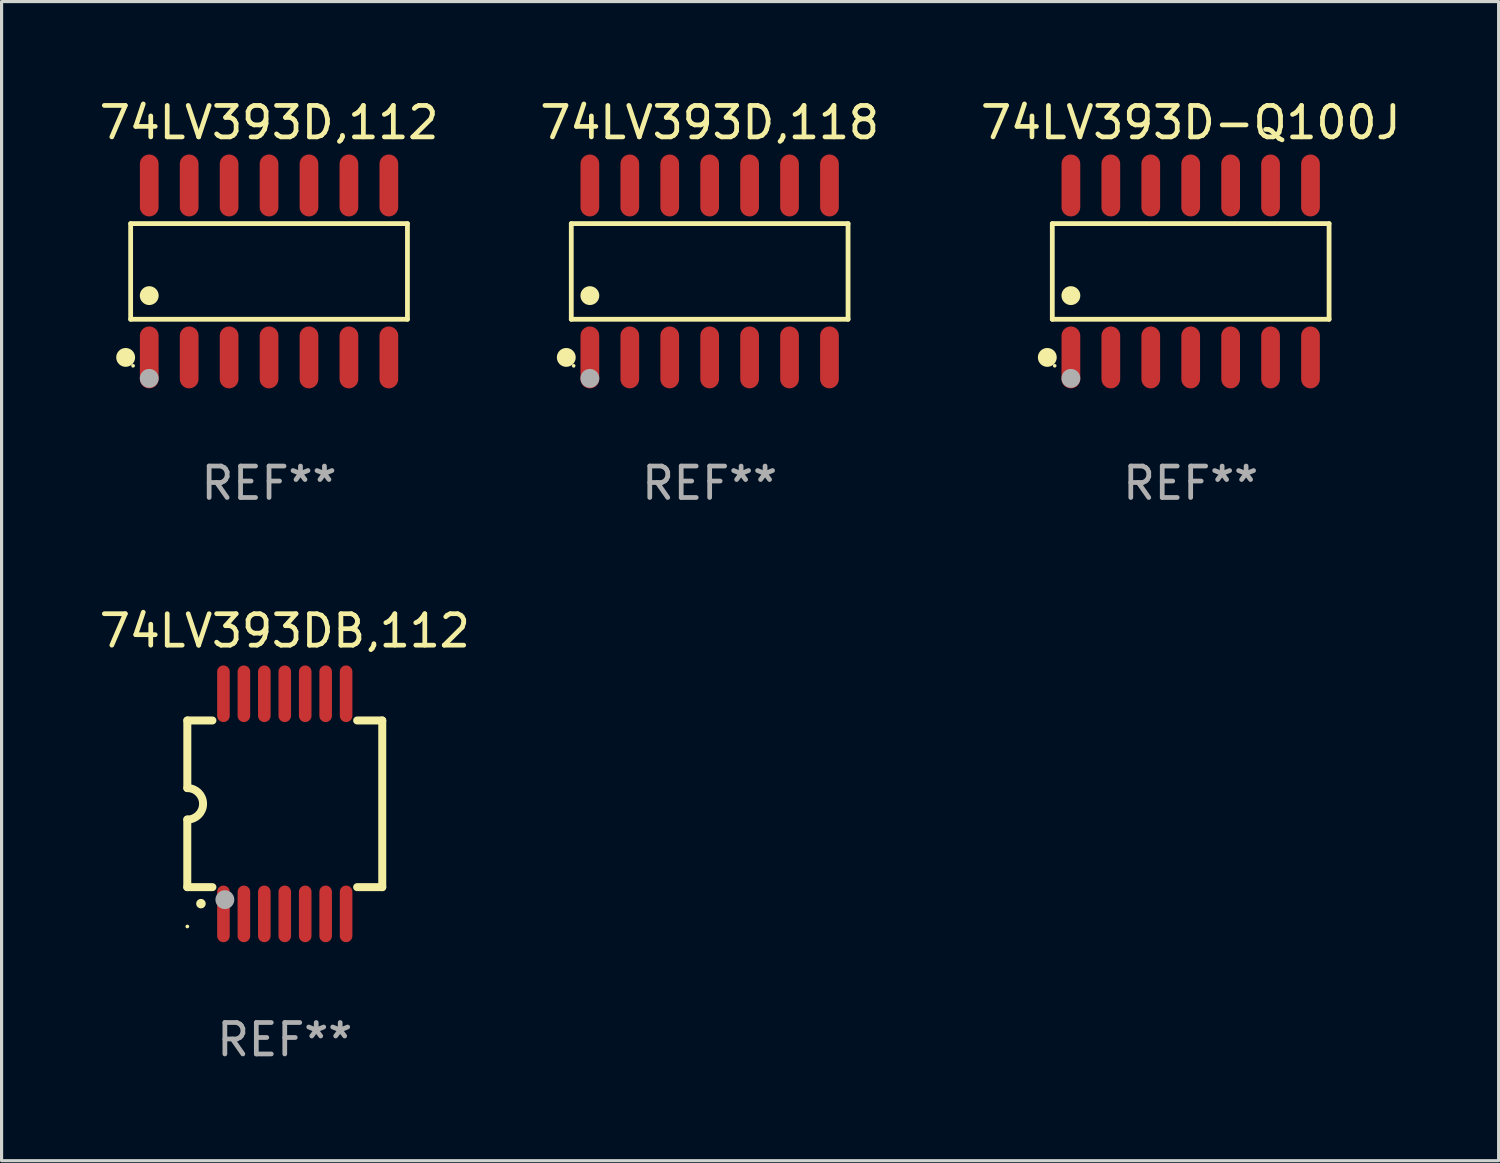
<source format=kicad_pcb>
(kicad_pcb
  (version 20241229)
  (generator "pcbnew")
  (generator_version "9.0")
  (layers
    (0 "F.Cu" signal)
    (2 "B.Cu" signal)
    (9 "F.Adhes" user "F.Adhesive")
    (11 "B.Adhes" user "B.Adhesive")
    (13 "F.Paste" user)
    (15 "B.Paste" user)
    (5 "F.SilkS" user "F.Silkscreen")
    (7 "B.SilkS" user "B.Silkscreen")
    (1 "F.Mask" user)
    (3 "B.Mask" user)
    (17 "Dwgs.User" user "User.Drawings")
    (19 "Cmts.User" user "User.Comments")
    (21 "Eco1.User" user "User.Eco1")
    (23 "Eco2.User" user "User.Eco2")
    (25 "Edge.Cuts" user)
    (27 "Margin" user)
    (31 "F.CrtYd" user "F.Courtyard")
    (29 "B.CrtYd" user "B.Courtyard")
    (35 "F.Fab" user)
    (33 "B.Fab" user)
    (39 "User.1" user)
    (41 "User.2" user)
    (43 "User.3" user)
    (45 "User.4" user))
  (footprint "74LV393DB,112"
    (layer "F.Cu")
    (at 6.006 22.512)
    (property "Reference" "74LV393DB,112" (at 0 -5.5 0) (layer "F.SilkS") (effects (font (size 1 1) (thickness 0.15))))
    (attr through_hole)
    (fp_line (start -3.1 2.65) (end -3.1 0.5) (stroke (width 0.254) (type solid)) (layer "F.SilkS"))
    (fp_line (start -3.099 -2.65) (end -2.301 -2.65) (stroke (width 0.254) (type solid)) (layer "F.SilkS"))
    (fp_line (start -3.099 -0.5) (end -3.099 -2.65) (stroke (width 0.254) (type solid)) (layer "F.SilkS"))
    (fp_line (start -2.301 2.65) (end -3.1 2.65) (stroke (width 0.254) (type solid)) (layer "F.SilkS"))
    (fp_line (start 2.301 -2.65) (end 3.1 -2.65) (stroke (width 0.254) (type solid)) (layer "F.SilkS"))
    (fp_line (start 3.1 -2.65) (end 3.1 2.65) (stroke (width 0.254) (type solid)) (layer "F.SilkS"))
    (fp_line (start 3.1 2.65) (end 2.301 2.65) (stroke (width 0.254) (type solid)) (layer "F.SilkS"))
    (fp_arc (start -3.098806 -0.500381) (mid -2.598806 0) (end -3.098806 0.500381) (stroke (width 0.254001) (type solid)) (layer "F.SilkS"))
    (fp_arc (start -2.667005 3.175006) (mid -2.665735 3.175001) (end -2.664465 3.175006) (stroke (width 0.3) (type solid)) (layer "F.SilkS"))
    (fp_circle (center -3.1 3.9) (end -3.07 3.9) (stroke (width 0.06) (type solid)) (fill no) (layer "F.SilkS"))
    (fp_circle (center -1.905 3.048) (end -1.755 3.048) (stroke (width 0.3) (type solid)) (fill no) (layer "F.Fab"))
    (fp_text user "REF**" (at 0 7.5 0) (layer "F.Fab") (effects (font (size 1 1) (thickness 0.15))))
    (pad "1" smd oval (at -1.95 3.5 270) (size 1.8 0.4) (layers "F.Cu" "F.Mask" "F.Paste"))
    (pad "2" smd oval (at -1.3 3.5 270) (size 1.8 0.4) (layers "F.Cu" "F.Mask" "F.Paste"))
    (pad "3" smd oval (at -0.65 3.5 270) (size 1.8 0.4) (layers "F.Cu" "F.Mask" "F.Paste"))
    (pad "4" smd oval (at 0 3.5 270) (size 1.8 0.4) (layers "F.Cu" "F.Mask" "F.Paste"))
    (pad "5" smd oval (at 0.65 3.5 270) (size 1.8 0.4) (layers "F.Cu" "F.Mask" "F.Paste"))
    (pad "6" smd oval (at 1.3 3.5 270) (size 1.8 0.4) (layers "F.Cu" "F.Mask" "F.Paste"))
    (pad "7" smd oval (at 1.95 3.5 270) (size 1.8 0.4) (layers "F.Cu" "F.Mask" "F.Paste"))
    (pad "8" smd oval (at 1.95 -3.5 90) (size 1.8 0.4) (layers "F.Cu" "F.Mask" "F.Paste"))
    (pad "9" smd oval (at 1.3 -3.5 90) (size 1.8 0.4) (layers "F.Cu" "F.Mask" "F.Paste"))
    (pad "10" smd oval (at 0.65 -3.5 90) (size 1.8 0.4) (layers "F.Cu" "F.Mask" "F.Paste"))
    (pad "11" smd oval (at 0 -3.5 90) (size 1.8 0.4) (layers "F.Cu" "F.Mask" "F.Paste"))
    (pad "12" smd oval (at -0.65 -3.5 90) (size 1.8 0.4) (layers "F.Cu" "F.Mask" "F.Paste"))
    (pad "13" smd oval (at -1.3 -3.5 90) (size 1.8 0.4) (layers "F.Cu" "F.Mask" "F.Paste"))
    (pad "14" smd oval (at -1.95 -3.5 90) (size 1.8 0.4) (layers "F.Cu" "F.Mask" "F.Paste")))
  (footprint "74LV393D-Q100J"
    (layer "F.Cu")
    (at 34.815 5.582)
    (property "Reference" "74LV393D-Q100J" (at 0 -4.734 0) (layer "F.SilkS") (effects (font (size 1 1) (thickness 0.15))))
    (attr through_hole)
    (fp_line (start -4.401 -1.521) (end 4.401 -1.521) (stroke (width 0.152) (type solid)) (layer "F.SilkS"))
    (fp_line (start -4.401 1.521) (end -4.401 -1.521) (stroke (width 0.152) (type solid)) (layer "F.SilkS"))
    (fp_line (start 4.401 -1.521) (end 4.401 1.521) (stroke (width 0.152) (type solid)) (layer "F.SilkS"))
    (fp_line (start 4.401 1.521) (end -4.401 1.521) (stroke (width 0.152) (type solid)) (layer "F.SilkS"))
    (fp_circle (center -4.56 2.734) (end -4.41 2.734) (stroke (width 0.3) (type solid)) (fill no) (layer "F.SilkS"))
    (fp_circle (center -4.325 3) (end -4.295 3) (stroke (width 0.06) (type solid)) (fill no) (layer "F.SilkS"))
    (fp_circle (center -3.81 0.769) (end -3.66 0.769) (stroke (width 0.3) (type solid)) (fill no) (layer "F.SilkS"))
    (fp_circle (center -3.81 3.4) (end -3.66 3.4) (stroke (width 0.3) (type solid)) (fill no) (layer "F.Fab"))
    (fp_text user "REF**" (at 0 6.734 0) (layer "F.Fab") (effects (font (size 1 1) (thickness 0.15))))
    (pad "1" smd oval (at -3.81 2.734) (size 0.595 1.968) (layers "F.Cu" "F.Mask" "F.Paste"))
    (pad "2" smd oval (at -2.54 2.734) (size 0.595 1.968) (layers "F.Cu" "F.Mask" "F.Paste"))
    (pad "3" smd oval (at -1.27 2.734) (size 0.595 1.968) (layers "F.Cu" "F.Mask" "F.Paste"))
    (pad "4" smd oval (at 0 2.734) (size 0.595 1.968) (layers "F.Cu" "F.Mask" "F.Paste"))
    (pad "5" smd oval (at 1.27 2.734) (size 0.595 1.968) (layers "F.Cu" "F.Mask" "F.Paste"))
    (pad "6" smd oval (at 2.54 2.734) (size 0.595 1.968) (layers "F.Cu" "F.Mask" "F.Paste"))
    (pad "7" smd oval (at 3.81 2.734) (size 0.595 1.968) (layers "F.Cu" "F.Mask" "F.Paste"))
    (pad "8" smd oval (at 3.81 -2.734) (size 0.595 1.968) (layers "F.Cu" "F.Mask" "F.Paste"))
    (pad "9" smd oval (at 2.54 -2.734) (size 0.595 1.968) (layers "F.Cu" "F.Mask" "F.Paste"))
    (pad "10" smd oval (at 1.27 -2.734) (size 0.595 1.968) (layers "F.Cu" "F.Mask" "F.Paste"))
    (pad "11" smd oval (at 0 -2.734) (size 0.595 1.968) (layers "F.Cu" "F.Mask" "F.Paste"))
    (pad "12" smd oval (at -1.27 -2.734) (size 0.595 1.968) (layers "F.Cu" "F.Mask" "F.Paste"))
    (pad "13" smd oval (at -2.54 -2.734) (size 0.595 1.968) (layers "F.Cu" "F.Mask" "F.Paste"))
    (pad "14" smd oval (at -3.81 -2.734) (size 0.595 1.968) (layers "F.Cu" "F.Mask" "F.Paste")))
  (footprint "74LV393D,112"
    (layer "F.Cu")
    (at 5.506 5.582)
    (property "Reference" "74LV393D,112" (at 0 -4.734 0) (layer "F.SilkS") (effects (font (size 1 1) (thickness 0.15))))
    (attr through_hole)
    (fp_line (start -4.401 -1.521) (end 4.401 -1.521) (stroke (width 0.152) (type solid)) (layer "F.SilkS"))
    (fp_line (start -4.401 1.521) (end -4.401 -1.521) (stroke (width 0.152) (type solid)) (layer "F.SilkS"))
    (fp_line (start 4.401 -1.521) (end 4.401 1.521) (stroke (width 0.152) (type solid)) (layer "F.SilkS"))
    (fp_line (start 4.401 1.521) (end -4.401 1.521) (stroke (width 0.152) (type solid)) (layer "F.SilkS"))
    (fp_circle (center -4.56 2.734) (end -4.41 2.734) (stroke (width 0.3) (type solid)) (fill no) (layer "F.SilkS"))
    (fp_circle (center -4.325 3) (end -4.295 3) (stroke (width 0.06) (type solid)) (fill no) (layer "F.SilkS"))
    (fp_circle (center -3.81 0.769) (end -3.66 0.769) (stroke (width 0.3) (type solid)) (fill no) (layer "F.SilkS"))
    (fp_circle (center -3.81 3.4) (end -3.66 3.4) (stroke (width 0.3) (type solid)) (fill no) (layer "F.Fab"))
    (fp_text user "REF**" (at 0 6.734 0) (layer "F.Fab") (effects (font (size 1 1) (thickness 0.15))))
    (pad "1" smd oval (at -3.81 2.734) (size 0.595 1.968) (layers "F.Cu" "F.Mask" "F.Paste"))
    (pad "2" smd oval (at -2.54 2.734) (size 0.595 1.968) (layers "F.Cu" "F.Mask" "F.Paste"))
    (pad "3" smd oval (at -1.27 2.734) (size 0.595 1.968) (layers "F.Cu" "F.Mask" "F.Paste"))
    (pad "4" smd oval (at 0 2.734) (size 0.595 1.968) (layers "F.Cu" "F.Mask" "F.Paste"))
    (pad "5" smd oval (at 1.27 2.734) (size 0.595 1.968) (layers "F.Cu" "F.Mask" "F.Paste"))
    (pad "6" smd oval (at 2.54 2.734) (size 0.595 1.968) (layers "F.Cu" "F.Mask" "F.Paste"))
    (pad "7" smd oval (at 3.81 2.734) (size 0.595 1.968) (layers "F.Cu" "F.Mask" "F.Paste"))
    (pad "8" smd oval (at 3.81 -2.734) (size 0.595 1.968) (layers "F.Cu" "F.Mask" "F.Paste"))
    (pad "9" smd oval (at 2.54 -2.734) (size 0.595 1.968) (layers "F.Cu" "F.Mask" "F.Paste"))
    (pad "10" smd oval (at 1.27 -2.734) (size 0.595 1.968) (layers "F.Cu" "F.Mask" "F.Paste"))
    (pad "11" smd oval (at 0 -2.734) (size 0.595 1.968) (layers "F.Cu" "F.Mask" "F.Paste"))
    (pad "12" smd oval (at -1.27 -2.734) (size 0.595 1.968) (layers "F.Cu" "F.Mask" "F.Paste"))
    (pad "13" smd oval (at -2.54 -2.734) (size 0.595 1.968) (layers "F.Cu" "F.Mask" "F.Paste"))
    (pad "14" smd oval (at -3.81 -2.734) (size 0.595 1.968) (layers "F.Cu" "F.Mask" "F.Paste")))
  (footprint "74LV393D,118"
    (layer "F.Cu")
    (at 19.518 5.582)
    (property "Reference" "74LV393D,118" (at 0 -4.734 0) (layer "F.SilkS") (effects (font (size 1 1) (thickness 0.15))))
    (attr through_hole)
    (fp_line (start -4.401 -1.521) (end 4.401 -1.521) (stroke (width 0.152) (type solid)) (layer "F.SilkS"))
    (fp_line (start -4.401 1.521) (end -4.401 -1.521) (stroke (width 0.152) (type solid)) (layer "F.SilkS"))
    (fp_line (start 4.401 -1.521) (end 4.401 1.521) (stroke (width 0.152) (type solid)) (layer "F.SilkS"))
    (fp_line (start 4.401 1.521) (end -4.401 1.521) (stroke (width 0.152) (type solid)) (layer "F.SilkS"))
    (fp_circle (center -4.56 2.734) (end -4.41 2.734) (stroke (width 0.3) (type solid)) (fill no) (layer "F.SilkS"))
    (fp_circle (center -4.325 3) (end -4.295 3) (stroke (width 0.06) (type solid)) (fill no) (layer "F.SilkS"))
    (fp_circle (center -3.81 0.769) (end -3.66 0.769) (stroke (width 0.3) (type solid)) (fill no) (layer "F.SilkS"))
    (fp_circle (center -3.81 3.4) (end -3.66 3.4) (stroke (width 0.3) (type solid)) (fill no) (layer "F.Fab"))
    (fp_text user "REF**" (at 0 6.734 0) (layer "F.Fab") (effects (font (size 1 1) (thickness 0.15))))
    (pad "1" smd oval (at -3.81 2.734) (size 0.595 1.968) (layers "F.Cu" "F.Mask" "F.Paste"))
    (pad "2" smd oval (at -2.54 2.734) (size 0.595 1.968) (layers "F.Cu" "F.Mask" "F.Paste"))
    (pad "3" smd oval (at -1.27 2.734) (size 0.595 1.968) (layers "F.Cu" "F.Mask" "F.Paste"))
    (pad "4" smd oval (at 0 2.734) (size 0.595 1.968) (layers "F.Cu" "F.Mask" "F.Paste"))
    (pad "5" smd oval (at 1.27 2.734) (size 0.595 1.968) (layers "F.Cu" "F.Mask" "F.Paste"))
    (pad "6" smd oval (at 2.54 2.734) (size 0.595 1.968) (layers "F.Cu" "F.Mask" "F.Paste"))
    (pad "7" smd oval (at 3.81 2.734) (size 0.595 1.968) (layers "F.Cu" "F.Mask" "F.Paste"))
    (pad "8" smd oval (at 3.81 -2.734) (size 0.595 1.968) (layers "F.Cu" "F.Mask" "F.Paste"))
    (pad "9" smd oval (at 2.54 -2.734) (size 0.595 1.968) (layers "F.Cu" "F.Mask" "F.Paste"))
    (pad "10" smd oval (at 1.27 -2.734) (size 0.595 1.968) (layers "F.Cu" "F.Mask" "F.Paste"))
    (pad "11" smd oval (at 0 -2.734) (size 0.595 1.968) (layers "F.Cu" "F.Mask" "F.Paste"))
    (pad "12" smd oval (at -1.27 -2.734) (size 0.595 1.968) (layers "F.Cu" "F.Mask" "F.Paste"))
    (pad "13" smd oval (at -2.54 -2.734) (size 0.595 1.968) (layers "F.Cu" "F.Mask" "F.Paste"))
    (pad "14" smd oval (at -3.81 -2.734) (size 0.595 1.968) (layers "F.Cu" "F.Mask" "F.Paste")))
  (gr_rect
    (start -3 -3)
    (end 44.607 33.861)
    (stroke (width 0.1) (type default))
    (fill no)
    (layer "Edge.Cuts")))
</source>
